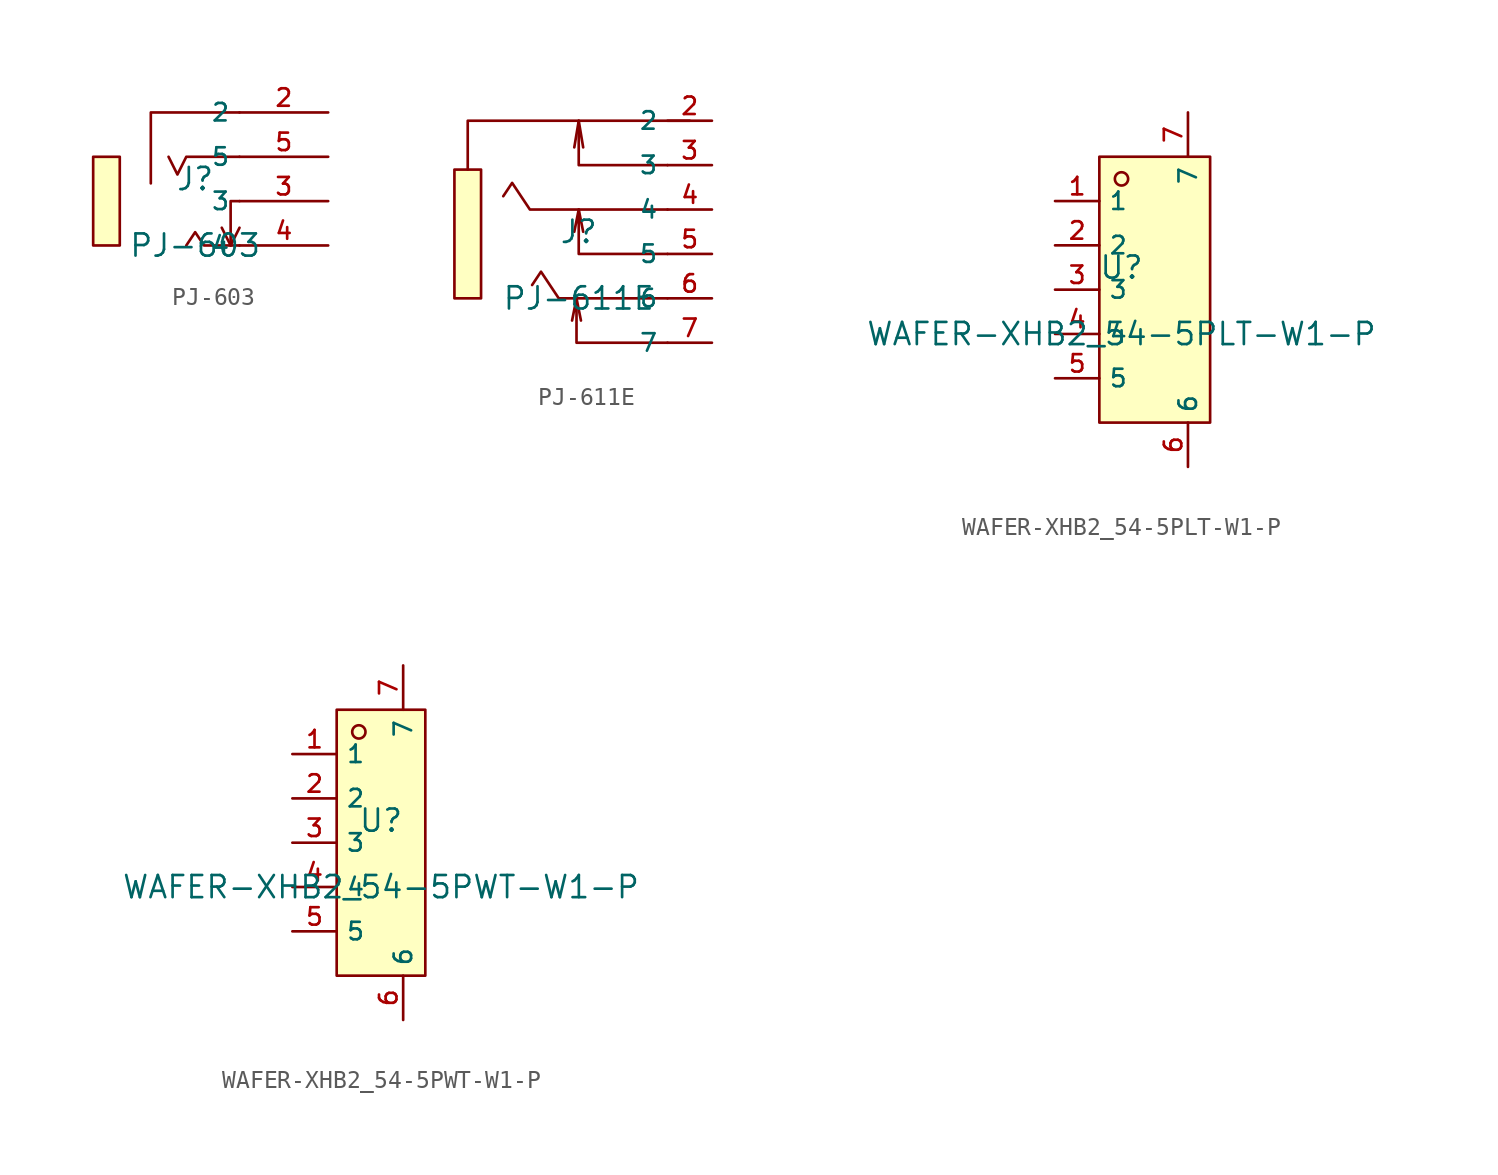
<source format=kicad_sym>
(kicad_symbol_lib
  (version 20210201)
  (generator TousstNicolas/JLC2KiCad_lib)
  (symbol "PJ-603"
    (property "Reference" "J"
      (at 0 1.27 0)
      (effects (font (size 1.27 1.27))))
    (property "Value" "PJ-603"
      (at 0 -2.54 0)
      (effects (font (size 1.27 1.27))))
    (symbol "PJ-603_0_1"
      (rectangle (start -5.842 2.54) (end -4.318 -2.54) (stroke (width 0) (type default) (color 0 0 0 0)) (fill (type background)))
      (polyline (pts (xy 2.54 2.54) (xy -0.508 2.54) (xy -1.016 1.524) (xy -1.524 2.54)) (stroke (width 0) (type default) (color 0 0 0 0)) (fill (type none)))
      (polyline (pts (xy 2.54 -0.0) (xy 2.032 -0.0) (xy 2.032 -0.0) (xy 2.032 -2.54)) (stroke (width 0) (type default) (color 0 0 0 0)) (fill (type none)))
      (polyline (pts (xy 2.54 -2.54) (xy 0.508 -2.54) (xy 0.0 -1.778) (xy -0.508 -2.54)) (stroke (width 0) (type default) (color 0 0 0 0)) (fill (type none)))
      (pin unspecified line (at 7.62 -0.0 180) (length 5.08) (name "3" (effects (font (size 1 1)))) (number "3" (effects (font (size 1 1)))))
      (pin unspecified line (at 7.62 5.08 180) (length 5.08) (name "2" (effects (font (size 1 1)))) (number "2" (effects (font (size 1 1)))))
      (pin unspecified line (at 7.62 -2.54 180) (length 5.08) (name "4" (effects (font (size 1 1)))) (number "4" (effects (font (size 1 1)))))
      (pin unspecified line (at 7.62 2.54 180) (length 5.08) (name "5" (effects (font (size 1 1)))) (number "5" (effects (font (size 1 1)))))
      (polyline (pts (xy 2.54 5.08) (xy -2.54 5.08) (xy -2.54 1.016)) (stroke (width 0) (type default) (color 0 0 0 0)) (fill (type none)))
      (polyline (pts (xy 2.54 -1.524) (xy 2.54 -1.524) (xy 2.032 -2.54) (xy 1.524 -1.524)) (stroke (width 0) (type default) (color 0 0 0 0)) (fill (type none)))))
  (symbol "PJ-611E"
    (property "Reference" "J"
      (at 0 1.27 0)
      (effects (font (size 1.27 1.27))))
    (property "Value" "PJ-611E"
      (at 0 -2.54 0)
      (effects (font (size 1.27 1.27))))
    (symbol "PJ-611E_0_1"
      (polyline (pts (xy 6.35 7.62) (xy -6.35 7.62) (xy -6.35 4.826)) (stroke (width 0) (type default) (color 0 0 0 0)) (fill (type none)))
      (rectangle (start -7.112 4.826) (end -5.588 -2.54) (stroke (width 0) (type default) (color 0 0 0 0)) (fill (type background)))
      (polyline (pts (xy 5.08 5.08) (xy 0.0 5.08) (xy 0.0 7.62) (xy 0.254 6.096)) (stroke (width 0) (type default) (color 0 0 0 0)) (fill (type none)))
      (polyline (pts (xy 0.0 7.62) (xy -0.254 6.096)) (stroke (width 0) (type default) (color 0 0 0 0)) (fill (type none)))
      (polyline (pts (xy 5.08 2.54) (xy -2.794 2.54) (xy -3.81 4.064) (xy -4.318 3.302)) (stroke (width 0) (type default) (color 0 0 0 0)) (fill (type none)))
      (polyline (pts (xy 5.08 -0.0) (xy 0.0 -0.0) (xy 0.0 2.54) (xy -0.254 1.27)) (stroke (width 0) (type default) (color 0 0 0 0)) (fill (type none)))
      (polyline (pts (xy 0.0 2.54) (xy 0.254 1.27)) (stroke (width 0) (type default) (color 0 0 0 0)) (fill (type none)))
      (polyline (pts (xy 5.08 -2.54) (xy -1.143 -2.54) (xy -2.159 -1.016) (xy -2.667 -1.778)) (stroke (width 0) (type default) (color 0 0 0 0)) (fill (type none)))
      (polyline (pts (xy 5.08 -5.08) (xy -0.127 -5.08) (xy -0.127 -2.54) (xy -0.381 -3.81)) (stroke (width 0) (type default) (color 0 0 0 0)) (fill (type none)))
      (polyline (pts (xy -0.127 -2.54) (xy 0.127 -3.81)) (stroke (width 0) (type default) (color 0 0 0 0)) (fill (type none)))
      (pin unspecified line (at 7.62 7.62 180) (length 2.54) (name "2" (effects (font (size 1 1)))) (number "2" (effects (font (size 1 1)))))
      (pin unspecified line (at 7.62 5.08 180) (length 2.54) (name "3" (effects (font (size 1 1)))) (number "3" (effects (font (size 1 1)))))
      (pin unspecified line (at 7.62 2.54 180) (length 2.54) (name "4" (effects (font (size 1 1)))) (number "4" (effects (font (size 1 1)))))
      (pin unspecified line (at 7.62 -0.0 180) (length 2.54) (name "5" (effects (font (size 1 1)))) (number "5" (effects (font (size 1 1)))))
      (pin unspecified line (at 7.62 -2.54 180) (length 2.54) (name "6" (effects (font (size 1 1)))) (number "6" (effects (font (size 1 1)))))
      (pin unspecified line (at 7.62 -5.08 180) (length 2.54) (name "7" (effects (font (size 1 1)))) (number "7" (effects (font (size 1 1)))))))
  (symbol "WAFER-XHB2_54-5PLT-W1-P"
    (property "Reference" "U"
      (at 0 1.27 0)
      (effects (font (size 1.27 1.27))))
    (property "Value" "WAFER-XHB2_54-5PLT-W1-P"
      (at 0 -2.54 0)
      (effects (font (size 1.27 1.27))))
    (symbol "WAFER-XHB2_54-5PLT-W1-P_0_1"
      (rectangle (start -1.27 7.62) (end 5.08 -7.62) (stroke (width 0) (type default) (color 0 0 0 0)) (fill (type background)))
      (circle (center 0.0 6.35) (radius 0.381) (stroke (width 0) (type default) (color 0 0 0 0)) (fill (type background)))
      (pin unspecified line (at -3.81 5.08 0) (length 2.54) (name "1" (effects (font (size 1 1)))) (number "1" (effects (font (size 1 1)))))
      (pin unspecified line (at -3.81 2.54 0) (length 2.54) (name "2" (effects (font (size 1 1)))) (number "2" (effects (font (size 1 1)))))
      (pin unspecified line (at -3.81 -0.0 0) (length 2.54) (name "3" (effects (font (size 1 1)))) (number "3" (effects (font (size 1 1)))))
      (pin unspecified line (at -3.81 -2.54 0) (length 2.54) (name "4" (effects (font (size 1 1)))) (number "4" (effects (font (size 1 1)))))
      (pin unspecified line (at -3.81 -5.08 0) (length 2.54) (name "5" (effects (font (size 1 1)))) (number "5" (effects (font (size 1 1)))))
      (pin unspecified line (at 3.81 -10.16 90) (length 2.54) (name "6" (effects (font (size 1 1)))) (number "6" (effects (font (size 1 1)))))
      (pin unspecified line (at 3.81 10.16 270) (length 2.54) (name "7" (effects (font (size 1 1)))) (number "7" (effects (font (size 1 1)))))))
  (symbol "WAFER-XHB2_54-5PWT-W1-P"
    (property "Reference" "U"
      (at 0 1.27 0)
      (effects (font (size 1.27 1.27))))
    (property "Value" "WAFER-XHB2_54-5PWT-W1-P"
      (at 0 -2.54 0)
      (effects (font (size 1.27 1.27))))
    (symbol "WAFER-XHB2_54-5PWT-W1-P_0_1"
      (rectangle (start -2.54 7.62) (end 2.54 -7.62) (stroke (width 0) (type default) (color 0 0 0 0)) (fill (type background)))
      (circle (center -1.27 6.35) (radius 0.381) (stroke (width 0) (type default) (color 0 0 0 0)) (fill (type background)))
      (pin unspecified line (at -5.08 5.08 0) (length 2.54) (name "1" (effects (font (size 1 1)))) (number "1" (effects (font (size 1 1)))))
      (pin unspecified line (at -5.08 2.54 0) (length 2.54) (name "2" (effects (font (size 1 1)))) (number "2" (effects (font (size 1 1)))))
      (pin unspecified line (at -5.08 -0.0 0) (length 2.54) (name "3" (effects (font (size 1 1)))) (number "3" (effects (font (size 1 1)))))
      (pin unspecified line (at -5.08 -2.54 0) (length 2.54) (name "4" (effects (font (size 1 1)))) (number "4" (effects (font (size 1 1)))))
      (pin unspecified line (at -5.08 -5.08 0) (length 2.54) (name "5" (effects (font (size 1 1)))) (number "5" (effects (font (size 1 1)))))
      (pin unspecified line (at 1.27 -10.16 90) (length 2.54) (name "6" (effects (font (size 1 1)))) (number "6" (effects (font (size 1 1)))))
      (pin unspecified line (at 1.27 10.16 270) (length 2.54) (name "7" (effects (font (size 1 1)))) (number "7" (effects (font (size 1 1))))))))
</source>
